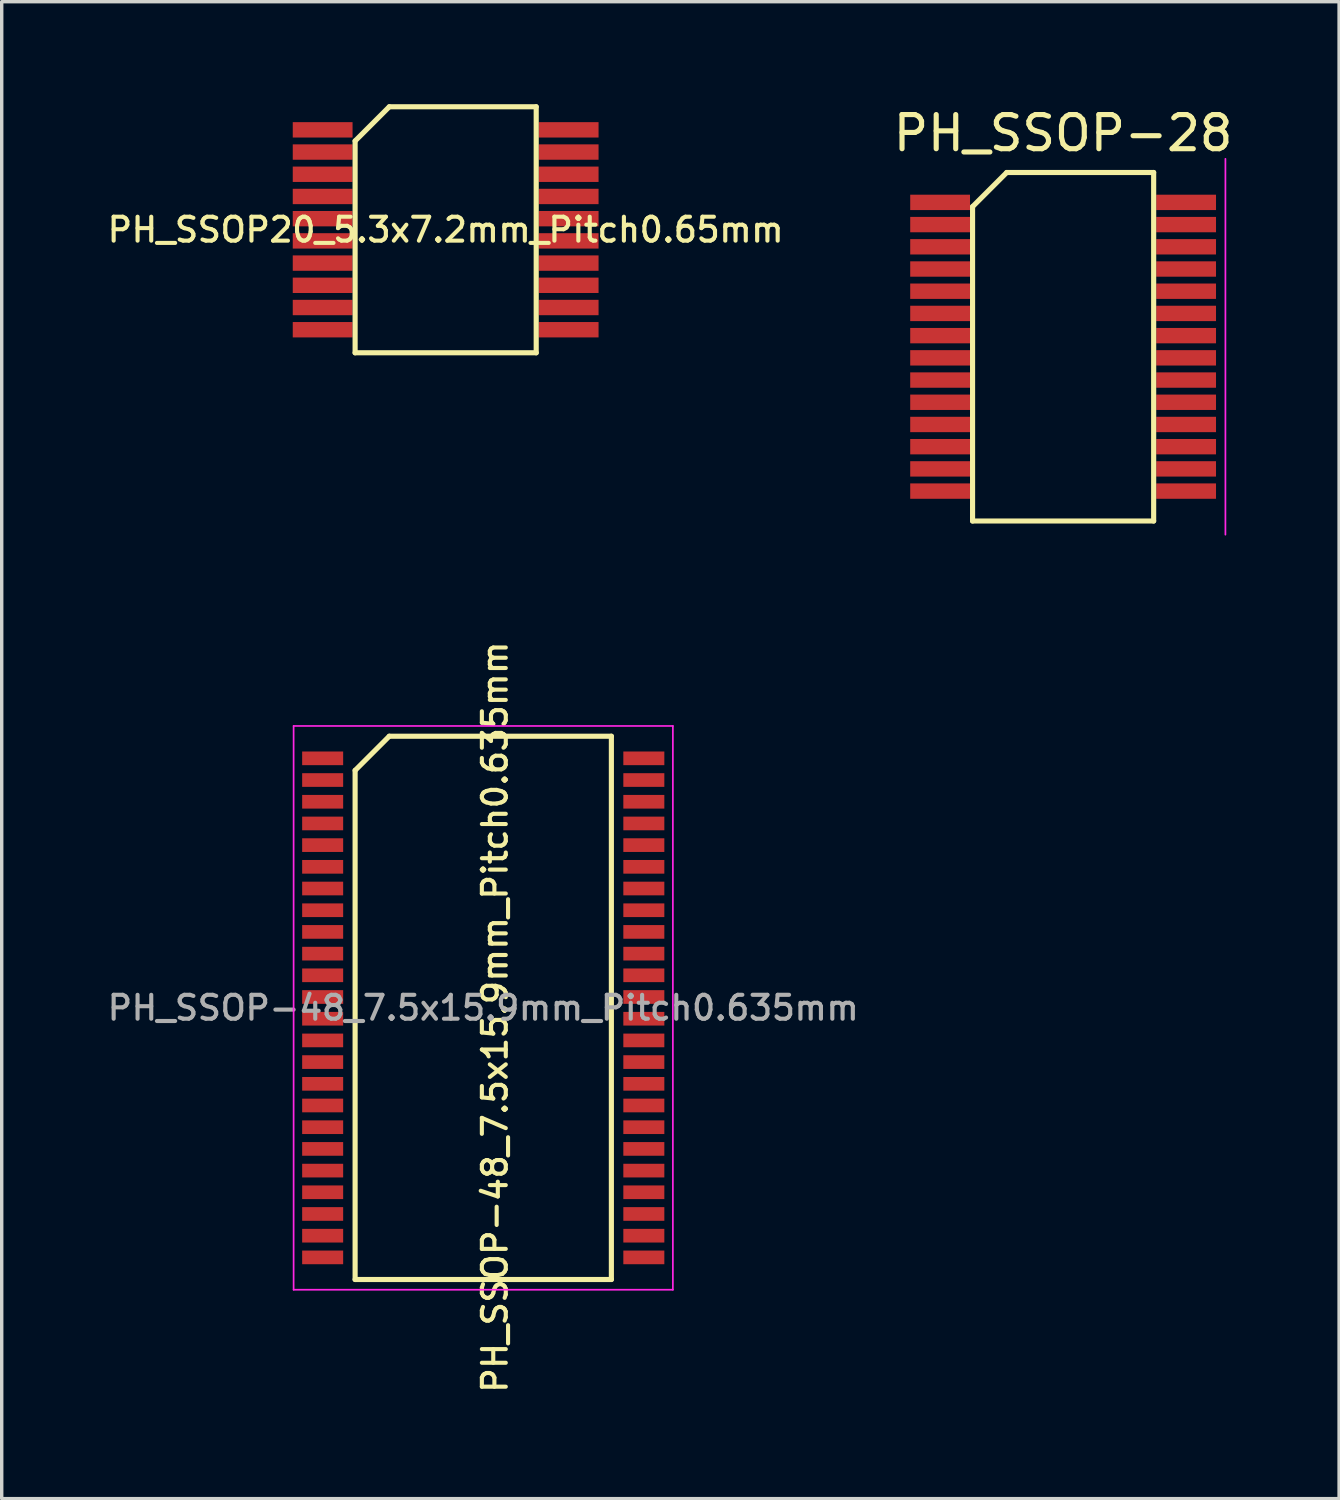
<source format=kicad_pcb>
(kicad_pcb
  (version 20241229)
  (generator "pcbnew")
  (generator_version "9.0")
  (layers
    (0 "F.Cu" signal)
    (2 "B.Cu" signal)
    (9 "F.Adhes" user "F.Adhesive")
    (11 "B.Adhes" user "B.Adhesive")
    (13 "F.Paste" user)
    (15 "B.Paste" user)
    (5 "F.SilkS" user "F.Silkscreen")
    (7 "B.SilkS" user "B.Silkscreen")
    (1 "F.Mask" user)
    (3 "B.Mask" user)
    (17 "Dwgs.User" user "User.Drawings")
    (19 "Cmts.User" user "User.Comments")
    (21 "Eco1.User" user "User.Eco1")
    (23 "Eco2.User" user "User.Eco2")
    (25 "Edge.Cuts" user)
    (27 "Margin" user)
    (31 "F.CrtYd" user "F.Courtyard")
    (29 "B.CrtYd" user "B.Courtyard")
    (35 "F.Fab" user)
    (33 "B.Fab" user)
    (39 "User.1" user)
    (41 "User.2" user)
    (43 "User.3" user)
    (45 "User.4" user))
  (footprint "PH_SSOP-28"
    (layer "F.Cu")
    (at 28.064 7.098)
    (property "Reference" "PH_SSOP-28" (at 0 -6.25 0) (layer "F.SilkS") (effects (font (size 1 1) (thickness 0.15))))
    (attr smd)
    (fp_line (start -2.65 -4.1) (end -1.65 -5.1) (stroke (width 0.15) (type solid)) (layer "F.SilkS"))
    (fp_line (start -2.65 5.1) (end -2.65 -4.1) (stroke (width 0.15) (type solid)) (layer "F.SilkS"))
    (fp_line (start -1.65 -5.1) (end 2.65 -5.1) (stroke (width 0.15) (type solid)) (layer "F.SilkS"))
    (fp_line (start 2.65 -5.1) (end 2.65 5.1) (stroke (width 0.15) (type solid)) (layer "F.SilkS"))
    (fp_line (start 2.65 5.1) (end -2.65 5.1) (stroke (width 0.15) (type solid)) (layer "F.SilkS"))
    (fp_line (start 4.75 -5.5) (end 4.75 5.5) (stroke (width 0.05) (type solid)) (layer "F.CrtYd"))
    (pad "1" smd rect (at -3.6 -4.225) (size 1.75 0.45) (layers "F.Cu" "F.Mask" "F.Paste"))
    (pad "2" smd rect (at -3.6 -3.575) (size 1.75 0.45) (layers "F.Cu" "F.Mask" "F.Paste"))
    (pad "3" smd rect (at -3.6 -2.925) (size 1.75 0.45) (layers "F.Cu" "F.Mask" "F.Paste"))
    (pad "4" smd rect (at -3.6 -2.275) (size 1.75 0.45) (layers "F.Cu" "F.Mask" "F.Paste"))
    (pad "5" smd rect (at -3.6 -1.625) (size 1.75 0.45) (layers "F.Cu" "F.Mask" "F.Paste"))
    (pad "6" smd rect (at -3.6 -0.975) (size 1.75 0.45) (layers "F.Cu" "F.Mask" "F.Paste"))
    (pad "7" smd rect (at -3.6 -0.325) (size 1.75 0.45) (layers "F.Cu" "F.Mask" "F.Paste"))
    (pad "8" smd rect (at -3.6 0.325) (size 1.75 0.45) (layers "F.Cu" "F.Mask" "F.Paste"))
    (pad "9" smd rect (at -3.6 0.975) (size 1.75 0.45) (layers "F.Cu" "F.Mask" "F.Paste"))
    (pad "10" smd rect (at -3.6 1.625) (size 1.75 0.45) (layers "F.Cu" "F.Mask" "F.Paste"))
    (pad "11" smd rect (at -3.6 2.275) (size 1.75 0.45) (layers "F.Cu" "F.Mask" "F.Paste"))
    (pad "12" smd rect (at -3.6 2.925) (size 1.75 0.45) (layers "F.Cu" "F.Mask" "F.Paste"))
    (pad "13" smd rect (at -3.6 3.575) (size 1.75 0.45) (layers "F.Cu" "F.Mask" "F.Paste"))
    (pad "14" smd rect (at -3.6 4.225) (size 1.75 0.45) (layers "F.Cu" "F.Mask" "F.Paste"))
    (pad "15" smd rect (at 3.6 4.225) (size 1.75 0.45) (layers "F.Cu" "F.Mask" "F.Paste"))
    (pad "16" smd rect (at 3.6 3.575) (size 1.75 0.45) (layers "F.Cu" "F.Mask" "F.Paste"))
    (pad "17" smd rect (at 3.6 2.925) (size 1.75 0.45) (layers "F.Cu" "F.Mask" "F.Paste"))
    (pad "18" smd rect (at 3.6 2.275) (size 1.75 0.45) (layers "F.Cu" "F.Mask" "F.Paste"))
    (pad "19" smd rect (at 3.6 1.625) (size 1.75 0.45) (layers "F.Cu" "F.Mask" "F.Paste"))
    (pad "20" smd rect (at 3.6 0.975) (size 1.75 0.45) (layers "F.Cu" "F.Mask" "F.Paste"))
    (pad "21" smd rect (at 3.6 0.325) (size 1.75 0.45) (layers "F.Cu" "F.Mask" "F.Paste"))
    (pad "22" smd rect (at 3.6 -0.325) (size 1.75 0.45) (layers "F.Cu" "F.Mask" "F.Paste"))
    (pad "23" smd rect (at 3.6 -0.975) (size 1.75 0.45) (layers "F.Cu" "F.Mask" "F.Paste"))
    (pad "24" smd rect (at 3.6 -1.625) (size 1.75 0.45) (layers "F.Cu" "F.Mask" "F.Paste"))
    (pad "25" smd rect (at 3.6 -2.275) (size 1.75 0.45) (layers "F.Cu" "F.Mask" "F.Paste"))
    (pad "26" smd rect (at 3.6 -2.925) (size 1.75 0.45) (layers "F.Cu" "F.Mask" "F.Paste"))
    (pad "27" smd rect (at 3.6 -3.575) (size 1.75 0.45) (layers "F.Cu" "F.Mask" "F.Paste"))
    (pad "28" smd rect (at 3.6 -4.225) (size 1.75 0.45) (layers "F.Cu" "F.Mask" "F.Paste")))
  (footprint "PH_SSOP20_5.3x7.2mm_Pitch0.65mm"
    (layer "F.Cu")
    (at 9.993 3.675)
    (property "Reference" "PH_SSOP20_5.3x7.2mm_Pitch0.65mm" (at 0 0 0) (layer "F.SilkS") (effects (font (size 0.7 0.7) (thickness 0.12))))
    (attr smd)
    (fp_line (start -2.65 -2.6) (end -1.65 -3.6) (stroke (width 0.15) (type solid)) (layer "F.SilkS"))
    (fp_line (start -2.65 3.6) (end -2.65 -2.6) (stroke (width 0.15) (type solid)) (layer "F.SilkS"))
    (fp_line (start -1.65 -3.6) (end 2.65 -3.6) (stroke (width 0.15) (type solid)) (layer "F.SilkS"))
    (fp_line (start 2.65 -3.6) (end 2.65 3.6) (stroke (width 0.15) (type solid)) (layer "F.SilkS"))
    (fp_line (start 2.65 3.6) (end -2.65 3.6) (stroke (width 0.15) (type solid)) (layer "F.SilkS"))
    (pad "1" smd rect (at -3.6 -2.925) (size 1.75 0.45) (layers "F.Cu" "F.Mask" "F.Paste"))
    (pad "2" smd rect (at -3.6 -2.275) (size 1.75 0.45) (layers "F.Cu" "F.Mask" "F.Paste"))
    (pad "3" smd rect (at -3.6 -1.625) (size 1.75 0.45) (layers "F.Cu" "F.Mask" "F.Paste"))
    (pad "4" smd rect (at -3.6 -0.975) (size 1.75 0.45) (layers "F.Cu" "F.Mask" "F.Paste"))
    (pad "5" smd rect (at -3.6 -0.325) (size 1.75 0.45) (layers "F.Cu" "F.Mask" "F.Paste"))
    (pad "6" smd rect (at -3.6 0.325) (size 1.75 0.45) (layers "F.Cu" "F.Mask" "F.Paste"))
    (pad "7" smd rect (at -3.6 0.975) (size 1.75 0.45) (layers "F.Cu" "F.Mask" "F.Paste"))
    (pad "8" smd rect (at -3.6 1.625) (size 1.75 0.45) (layers "F.Cu" "F.Mask" "F.Paste"))
    (pad "9" smd rect (at -3.6 2.275) (size 1.75 0.45) (layers "F.Cu" "F.Mask" "F.Paste"))
    (pad "10" smd rect (at -3.6 2.925) (size 1.75 0.45) (layers "F.Cu" "F.Mask" "F.Paste"))
    (pad "11" smd rect (at 3.6 2.925) (size 1.75 0.45) (layers "F.Cu" "F.Mask" "F.Paste"))
    (pad "12" smd rect (at 3.6 2.275) (size 1.75 0.45) (layers "F.Cu" "F.Mask" "F.Paste"))
    (pad "13" smd rect (at 3.6 1.625) (size 1.75 0.45) (layers "F.Cu" "F.Mask" "F.Paste"))
    (pad "14" smd rect (at 3.6 0.975) (size 1.75 0.45) (layers "F.Cu" "F.Mask" "F.Paste"))
    (pad "15" smd rect (at 3.6 0.325) (size 1.75 0.45) (layers "F.Cu" "F.Mask" "F.Paste"))
    (pad "16" smd rect (at 3.6 -0.325) (size 1.75 0.45) (layers "F.Cu" "F.Mask" "F.Paste"))
    (pad "17" smd rect (at 3.6 -0.975) (size 1.75 0.45) (layers "F.Cu" "F.Mask" "F.Paste"))
    (pad "18" smd rect (at 3.6 -1.625) (size 1.75 0.45) (layers "F.Cu" "F.Mask" "F.Paste"))
    (pad "19" smd rect (at 3.6 -2.275) (size 1.75 0.45) (layers "F.Cu" "F.Mask" "F.Paste"))
    (pad "20" smd rect (at 3.6 -2.925) (size 1.75 0.45) (layers "F.Cu" "F.Mask" "F.Paste")))
  (footprint "PH_SSOP-48_7.5x15.9mm_Pitch0.635mm"
    (layer "F.Cu")
    (at 11.093 26.447)
    (property "Reference" "PH_SSOP-48_7.5x15.9mm_Pitch0.635mm" (at 0.342 0.27 270) (layer "F.SilkS") (effects (font (size 0.7 0.7) (thickness 0.12))))
    (attr smd)
    (fp_line (start -3.75 -6.95) (end -2.75 -7.95) (stroke (width 0.15) (type solid)) (layer "F.SilkS"))
    (fp_line (start -3.75 7.95) (end -3.75 -6.95) (stroke (width 0.15) (type solid)) (layer "F.SilkS"))
    (fp_line (start -2.75 -7.95) (end 3.75 -7.95) (stroke (width 0.15) (type solid)) (layer "F.SilkS"))
    (fp_line (start 3.75 -7.95) (end 3.75 7.95) (stroke (width 0.15) (type solid)) (layer "F.SilkS"))
    (fp_line (start 3.75 7.95) (end -3.75 7.95) (stroke (width 0.15) (type solid)) (layer "F.SilkS"))
    (fp_line (start -5.55 -8.25) (end -5.55 8.25) (stroke (width 0.05) (type solid)) (layer "F.CrtYd"))
    (fp_line (start -5.55 -8.25) (end 5.55 -8.25) (stroke (width 0.05) (type solid)) (layer "F.CrtYd"))
    (fp_line (start -5.55 8.25) (end 5.55 8.25) (stroke (width 0.05) (type solid)) (layer "F.CrtYd"))
    (fp_line (start 5.55 -8.25) (end 5.55 8.25) (stroke (width 0.05) (type solid)) (layer "F.CrtYd"))
    (fp_text user "${REFERENCE}" (at 0 0 0) (layer "F.Fab") (effects (font (size 0.7 0.7) (thickness 0.12))))
    (pad "1" smd rect (at -4.7 -7.303) (size 1.2 0.4) (layers "F.Cu" "F.Mask" "F.Paste"))
    (pad "2" smd rect (at -4.7 -6.668) (size 1.2 0.4) (layers "F.Cu" "F.Mask" "F.Paste"))
    (pad "3" smd rect (at -4.7 -6.032) (size 1.2 0.4) (layers "F.Cu" "F.Mask" "F.Paste"))
    (pad "4" smd rect (at -4.7 -5.397) (size 1.2 0.4) (layers "F.Cu" "F.Mask" "F.Paste"))
    (pad "5" smd rect (at -4.7 -4.763) (size 1.2 0.4) (layers "F.Cu" "F.Mask" "F.Paste"))
    (pad "6" smd rect (at -4.7 -4.128) (size 1.2 0.4) (layers "F.Cu" "F.Mask" "F.Paste"))
    (pad "7" smd rect (at -4.7 -3.493) (size 1.2 0.4) (layers "F.Cu" "F.Mask" "F.Paste"))
    (pad "8" smd rect (at -4.7 -2.857) (size 1.2 0.4) (layers "F.Cu" "F.Mask" "F.Paste"))
    (pad "9" smd rect (at -4.7 -2.223) (size 1.2 0.4) (layers "F.Cu" "F.Mask" "F.Paste"))
    (pad "10" smd rect (at -4.7 -1.587) (size 1.2 0.4) (layers "F.Cu" "F.Mask" "F.Paste"))
    (pad "11" smd rect (at -4.7 -0.953) (size 1.2 0.4) (layers "F.Cu" "F.Mask" "F.Paste"))
    (pad "12" smd rect (at -4.7 -0.318) (size 1.2 0.4) (layers "F.Cu" "F.Mask" "F.Paste"))
    (pad "13" smd rect (at -4.7 0.318) (size 1.2 0.4) (layers "F.Cu" "F.Mask" "F.Paste"))
    (pad "14" smd rect (at -4.7 0.953) (size 1.2 0.4) (layers "F.Cu" "F.Mask" "F.Paste"))
    (pad "15" smd rect (at -4.7 1.587) (size 1.2 0.4) (layers "F.Cu" "F.Mask" "F.Paste"))
    (pad "16" smd rect (at -4.7 2.223) (size 1.2 0.4) (layers "F.Cu" "F.Mask" "F.Paste"))
    (pad "17" smd rect (at -4.7 2.857) (size 1.2 0.4) (layers "F.Cu" "F.Mask" "F.Paste"))
    (pad "18" smd rect (at -4.7 3.493) (size 1.2 0.4) (layers "F.Cu" "F.Mask" "F.Paste"))
    (pad "19" smd rect (at -4.7 4.128) (size 1.2 0.4) (layers "F.Cu" "F.Mask" "F.Paste"))
    (pad "20" smd rect (at -4.7 4.763) (size 1.2 0.4) (layers "F.Cu" "F.Mask" "F.Paste"))
    (pad "21" smd rect (at -4.7 5.397) (size 1.2 0.4) (layers "F.Cu" "F.Mask" "F.Paste"))
    (pad "22" smd rect (at -4.7 6.032) (size 1.2 0.4) (layers "F.Cu" "F.Mask" "F.Paste"))
    (pad "23" smd rect (at -4.7 6.668) (size 1.2 0.4) (layers "F.Cu" "F.Mask" "F.Paste"))
    (pad "24" smd rect (at -4.7 7.303) (size 1.2 0.4) (layers "F.Cu" "F.Mask" "F.Paste"))
    (pad "25" smd rect (at 4.7 7.303) (size 1.2 0.4) (layers "F.Cu" "F.Mask" "F.Paste"))
    (pad "26" smd rect (at 4.7 6.668) (size 1.2 0.4) (layers "F.Cu" "F.Mask" "F.Paste"))
    (pad "27" smd rect (at 4.7 6.032) (size 1.2 0.4) (layers "F.Cu" "F.Mask" "F.Paste"))
    (pad "28" smd rect (at 4.7 5.397) (size 1.2 0.4) (layers "F.Cu" "F.Mask" "F.Paste"))
    (pad "29" smd rect (at 4.7 4.763) (size 1.2 0.4) (layers "F.Cu" "F.Mask" "F.Paste"))
    (pad "30" smd rect (at 4.7 4.128) (size 1.2 0.4) (layers "F.Cu" "F.Mask" "F.Paste"))
    (pad "31" smd rect (at 4.7 3.493) (size 1.2 0.4) (layers "F.Cu" "F.Mask" "F.Paste"))
    (pad "32" smd rect (at 4.7 2.857) (size 1.2 0.4) (layers "F.Cu" "F.Mask" "F.Paste"))
    (pad "33" smd rect (at 4.7 2.223) (size 1.2 0.4) (layers "F.Cu" "F.Mask" "F.Paste"))
    (pad "34" smd rect (at 4.7 1.587) (size 1.2 0.4) (layers "F.Cu" "F.Mask" "F.Paste"))
    (pad "35" smd rect (at 4.7 0.953) (size 1.2 0.4) (layers "F.Cu" "F.Mask" "F.Paste"))
    (pad "36" smd rect (at 4.7 0.318) (size 1.2 0.4) (layers "F.Cu" "F.Mask" "F.Paste"))
    (pad "37" smd rect (at 4.7 -0.318) (size 1.2 0.4) (layers "F.Cu" "F.Mask" "F.Paste"))
    (pad "38" smd rect (at 4.7 -0.953) (size 1.2 0.4) (layers "F.Cu" "F.Mask" "F.Paste"))
    (pad "39" smd rect (at 4.7 -1.587) (size 1.2 0.4) (layers "F.Cu" "F.Mask" "F.Paste"))
    (pad "40" smd rect (at 4.7 -2.223) (size 1.2 0.4) (layers "F.Cu" "F.Mask" "F.Paste"))
    (pad "41" smd rect (at 4.7 -2.857) (size 1.2 0.4) (layers "F.Cu" "F.Mask" "F.Paste"))
    (pad "42" smd rect (at 4.7 -3.493) (size 1.2 0.4) (layers "F.Cu" "F.Mask" "F.Paste"))
    (pad "43" smd rect (at 4.7 -4.128) (size 1.2 0.4) (layers "F.Cu" "F.Mask" "F.Paste"))
    (pad "44" smd rect (at 4.7 -4.763) (size 1.2 0.4) (layers "F.Cu" "F.Mask" "F.Paste"))
    (pad "45" smd rect (at 4.7 -5.397) (size 1.2 0.4) (layers "F.Cu" "F.Mask" "F.Paste"))
    (pad "46" smd rect (at 4.7 -6.032) (size 1.2 0.4) (layers "F.Cu" "F.Mask" "F.Paste"))
    (pad "47" smd rect (at 4.7 -6.668) (size 1.2 0.4) (layers "F.Cu" "F.Mask" "F.Paste"))
    (pad "48" smd rect (at 4.7 -7.303) (size 1.2 0.4) (layers "F.Cu" "F.Mask" "F.Paste")))
  (gr_rect
    (start -3 -3)
    (end 36.141 40.81)
    (stroke (width 0.1) (type default))
    (fill no)
    (layer "Edge.Cuts")))
</source>
